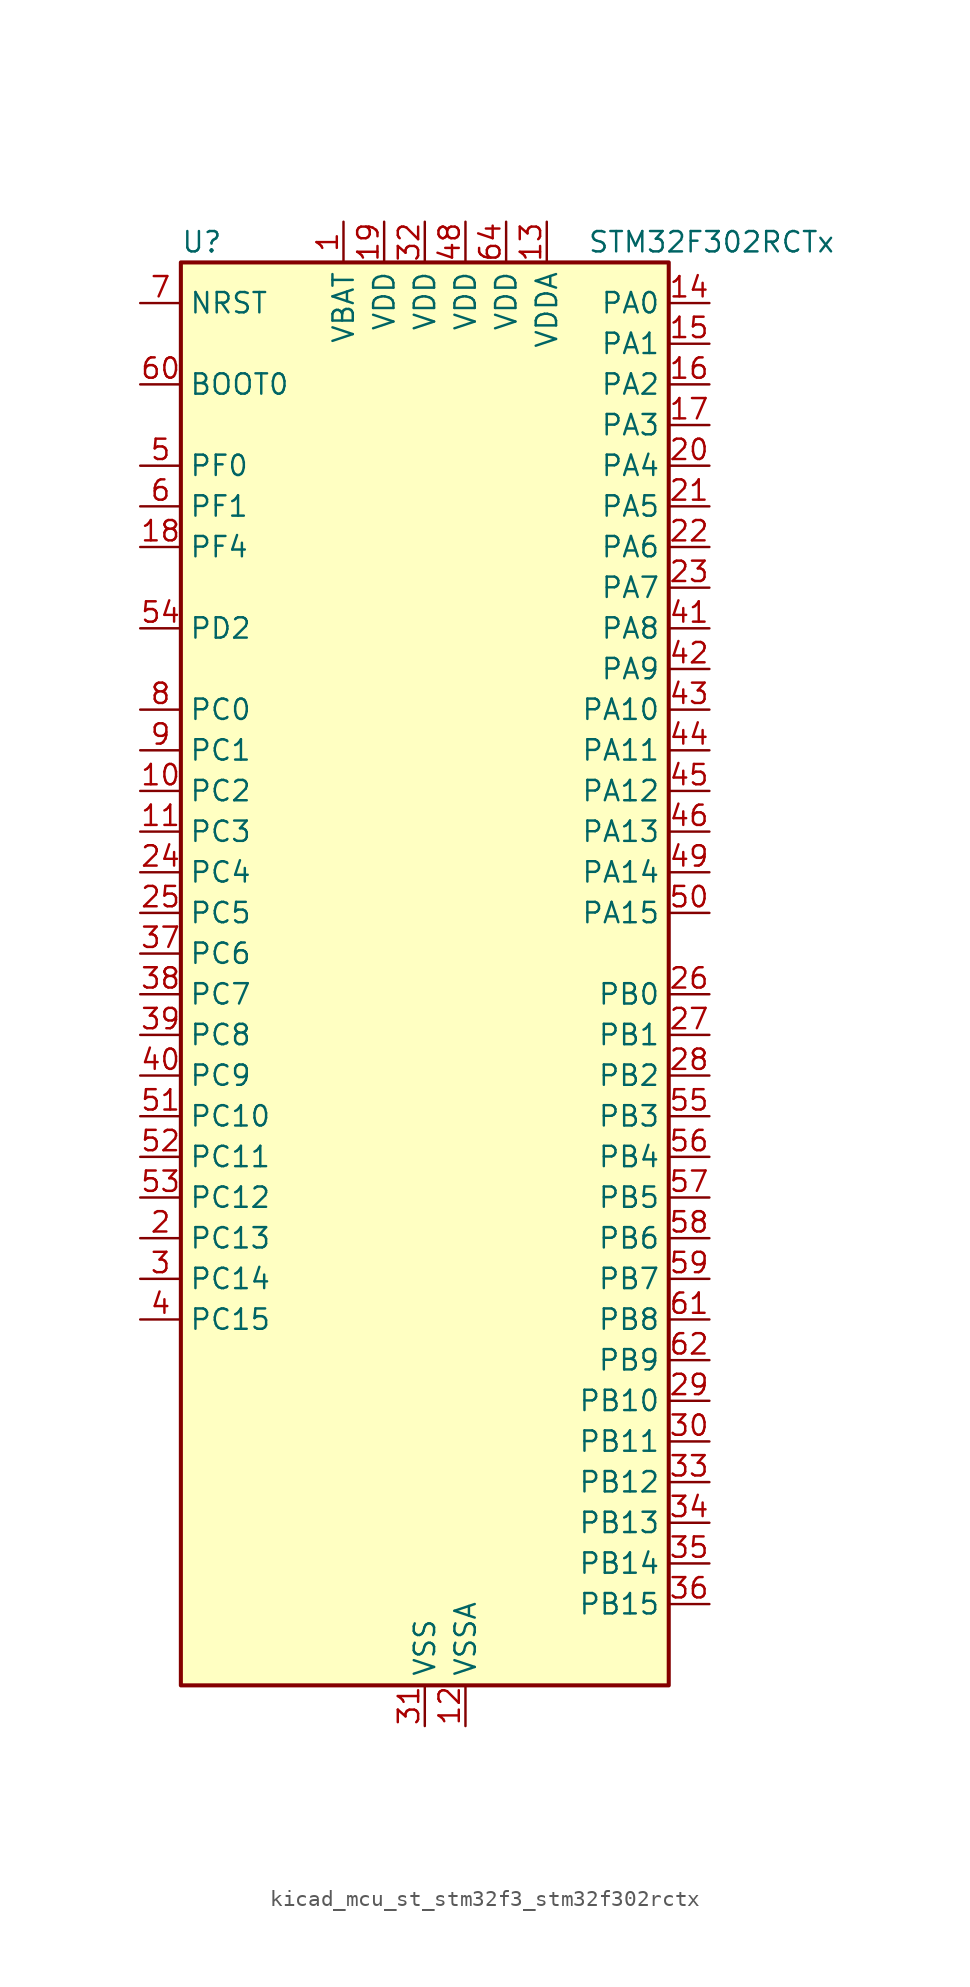
<source format=kicad_sym>
(kicad_symbol_lib
  (version 20220914)
  (generator kicad_symbol_editor)
  (symbol "kicad_mcu_st_stm32f3_stm32f302rctx"
    (property "Reference" "U"
      (at -15.24 46.99 0)
      (effects (font (size 1.27 1.27)) (justify left)))
    (property "Value" "STM32F302RCTx"
      (at 10.16 46.99 0)
      (effects (font (size 1.27 1.27)) (justify left)))
    (property "ki_locked" ""
      (at 0 0 0)
      (effects (font (size 1.27 1.27))))
    (symbol "kicad_mcu_st_stm32f3_stm32f302rctx_0_1"
      (rectangle (start -15.24 -43.18) (end 15.24 45.72) (stroke (width 0.254) (type default)) (fill (type background))))
    (symbol "kicad_mcu_st_stm32f3_stm32f302rctx_1_1"
      (pin power_in line (at -5.08 48.26 270) (length 2.54) (name "VBAT" (effects (font (size 1.27 1.27)))) (number "1" (effects (font (size 1.27 1.27)))))
      (pin bidirectional line (at -17.78 12.7 0) (length 2.54) (name "PC2" (effects (font (size 1.27 1.27)))) (number "10" (effects (font (size 1.27 1.27)))) (alternate "ADC1_IN8" bidirectional line) (alternate "ADC2_IN8" bidirectional line))
      (pin bidirectional line (at -17.78 10.16 0) (length 2.54) (name "PC3" (effects (font (size 1.27 1.27)))) (number "11" (effects (font (size 1.27 1.27)))) (alternate "ADC1_IN9" bidirectional line) (alternate "ADC2_IN9" bidirectional line) (alternate "TIM1_BKIN2" bidirectional line))
      (pin power_in line (at 2.54 -45.72 90) (length 2.54) (name "VSSA" (effects (font (size 1.27 1.27)))) (number "12" (effects (font (size 1.27 1.27)))))
      (pin power_in line (at 7.62 48.26 270) (length 2.54) (name "VDDA" (effects (font (size 1.27 1.27)))) (number "13" (effects (font (size 1.27 1.27)))))
      (pin bidirectional line (at 17.78 43.18 180) (length 2.54) (name "PA0" (effects (font (size 1.27 1.27)))) (number "14" (effects (font (size 1.27 1.27)))) (alternate "ADC1_IN1" bidirectional line) (alternate "COMP1_INM" bidirectional line) (alternate "COMP1_OUT" bidirectional line) (alternate "RTC_TAMP2" bidirectional line) (alternate "SYS_WKUP1" bidirectional line) (alternate "TIM2_CH1" bidirectional line) (alternate "TIM2_ETR" bidirectional line) (alternate "TSC_G1_IO1" bidirectional line) (alternate "USART2_CTS" bidirectional line))
      (pin bidirectional line (at 17.78 40.64 180) (length 2.54) (name "PA1" (effects (font (size 1.27 1.27)))) (number "15" (effects (font (size 1.27 1.27)))) (alternate "ADC1_IN2" bidirectional line) (alternate "COMP1_INP" bidirectional line) (alternate "OPAMP1_VINP" bidirectional line) (alternate "OPAMP1_VINP_SEC" bidirectional line) (alternate "RTC_REFIN" bidirectional line) (alternate "TIM15_CH1N" bidirectional line) (alternate "TIM2_CH2" bidirectional line) (alternate "TSC_G1_IO2" bidirectional line) (alternate "USART2_DE" bidirectional line) (alternate "USART2_RTS" bidirectional line))
      (pin bidirectional line (at 17.78 38.1 180) (length 2.54) (name "PA2" (effects (font (size 1.27 1.27)))) (number "16" (effects (font (size 1.27 1.27)))) (alternate "ADC1_IN3" bidirectional line) (alternate "COMP2_INM" bidirectional line) (alternate "COMP2_OUT" bidirectional line) (alternate "OPAMP1_VOUT" bidirectional line) (alternate "TIM15_CH1" bidirectional line) (alternate "TIM2_CH3" bidirectional line) (alternate "TSC_G1_IO3" bidirectional line) (alternate "USART2_TX" bidirectional line))
      (pin bidirectional line (at 17.78 35.56 180) (length 2.54) (name "PA3" (effects (font (size 1.27 1.27)))) (number "17" (effects (font (size 1.27 1.27)))) (alternate "ADC1_IN4" bidirectional line) (alternate "COMP2_INP" bidirectional line) (alternate "OPAMP1_VINM" bidirectional line) (alternate "OPAMP1_VINM_SEC" bidirectional line) (alternate "OPAMP1_VINP" bidirectional line) (alternate "OPAMP1_VINP_SEC" bidirectional line) (alternate "TIM15_CH2" bidirectional line) (alternate "TIM2_CH4" bidirectional line) (alternate "TSC_G1_IO4" bidirectional line) (alternate "USART2_RX" bidirectional line))
      (pin bidirectional line (at -17.78 27.94 0) (length 2.54) (name "PF4" (effects (font (size 1.27 1.27)))) (number "18" (effects (font (size 1.27 1.27)))) (alternate "ADC1_IN5" bidirectional line) (alternate "COMP1_OUT" bidirectional line))
      (pin power_in line (at -2.54 48.26 270) (length 2.54) (name "VDD" (effects (font (size 1.27 1.27)))) (number "19" (effects (font (size 1.27 1.27)))))
      (pin bidirectional line (at -17.78 -15.24 0) (length 2.54) (name "PC13" (effects (font (size 1.27 1.27)))) (number "2" (effects (font (size 1.27 1.27)))) (alternate "RTC_OUT_ALARM" bidirectional line) (alternate "RTC_OUT_CALIB" bidirectional line) (alternate "RTC_TAMP1" bidirectional line) (alternate "RTC_TS" bidirectional line) (alternate "SYS_WKUP2" bidirectional line) (alternate "TIM1_CH1N" bidirectional line))
      (pin bidirectional line (at 17.78 33.02 180) (length 2.54) (name "PA4" (effects (font (size 1.27 1.27)))) (number "20" (effects (font (size 1.27 1.27)))) (alternate "ADC2_IN1" bidirectional line) (alternate "COMP1_INM" bidirectional line) (alternate "COMP2_INM" bidirectional line) (alternate "COMP4_INM" bidirectional line) (alternate "COMP6_INM" bidirectional line) (alternate "DAC_OUT1" bidirectional line) (alternate "I2S3_WS" bidirectional line) (alternate "SPI1_NSS" bidirectional line) (alternate "SPI3_NSS" bidirectional line) (alternate "TIM3_CH2" bidirectional line) (alternate "TSC_G2_IO1" bidirectional line) (alternate "USART2_CK" bidirectional line))
      (pin bidirectional line (at 17.78 30.48 180) (length 2.54) (name "PA5" (effects (font (size 1.27 1.27)))) (number "21" (effects (font (size 1.27 1.27)))) (alternate "ADC2_IN2" bidirectional line) (alternate "COMP1_INM" bidirectional line) (alternate "COMP2_INM" bidirectional line) (alternate "COMP4_INM" bidirectional line) (alternate "COMP6_INM" bidirectional line) (alternate "OPAMP1_VINP" bidirectional line) (alternate "OPAMP1_VINP_SEC" bidirectional line) (alternate "OPAMP2_VINM" bidirectional line) (alternate "OPAMP2_VINM_SEC" bidirectional line) (alternate "SPI1_SCK" bidirectional line) (alternate "TIM2_CH1" bidirectional line) (alternate "TIM2_ETR" bidirectional line) (alternate "TSC_G2_IO2" bidirectional line))
      (pin bidirectional line (at 17.78 27.94 180) (length 2.54) (name "PA6" (effects (font (size 1.27 1.27)))) (number "22" (effects (font (size 1.27 1.27)))) (alternate "ADC2_IN3" bidirectional line) (alternate "COMP1_OUT" bidirectional line) (alternate "OPAMP2_VOUT" bidirectional line) (alternate "SPI1_MISO" bidirectional line) (alternate "TIM16_CH1" bidirectional line) (alternate "TIM1_BKIN" bidirectional line) (alternate "TIM3_CH1" bidirectional line) (alternate "TSC_G2_IO3" bidirectional line))
      (pin bidirectional line (at 17.78 25.4 180) (length 2.54) (name "PA7" (effects (font (size 1.27 1.27)))) (number "23" (effects (font (size 1.27 1.27)))) (alternate "ADC2_IN4" bidirectional line) (alternate "COMP2_INP" bidirectional line) (alternate "COMP2_OUT" bidirectional line) (alternate "OPAMP1_VINP" bidirectional line) (alternate "OPAMP1_VINP_SEC" bidirectional line) (alternate "OPAMP2_VINP" bidirectional line) (alternate "OPAMP2_VINP_SEC" bidirectional line) (alternate "SPI1_MOSI" bidirectional line) (alternate "TIM17_CH1" bidirectional line) (alternate "TIM1_CH1N" bidirectional line) (alternate "TIM3_CH2" bidirectional line) (alternate "TSC_G2_IO4" bidirectional line))
      (pin bidirectional line (at -17.78 7.62 0) (length 2.54) (name "PC4" (effects (font (size 1.27 1.27)))) (number "24" (effects (font (size 1.27 1.27)))) (alternate "ADC2_IN5" bidirectional line) (alternate "USART1_TX" bidirectional line))
      (pin bidirectional line (at -17.78 5.08 0) (length 2.54) (name "PC5" (effects (font (size 1.27 1.27)))) (number "25" (effects (font (size 1.27 1.27)))) (alternate "ADC2_IN11" bidirectional line) (alternate "OPAMP1_VINM" bidirectional line) (alternate "OPAMP1_VINM_SEC" bidirectional line) (alternate "OPAMP2_VINM" bidirectional line) (alternate "OPAMP2_VINM_SEC" bidirectional line) (alternate "TSC_G3_IO1" bidirectional line) (alternate "USART1_RX" bidirectional line))
      (pin bidirectional line (at 17.78 0 180) (length 2.54) (name "PB0" (effects (font (size 1.27 1.27)))) (number "26" (effects (font (size 1.27 1.27)))) (alternate "COMP4_INP" bidirectional line) (alternate "OPAMP2_VINP" bidirectional line) (alternate "OPAMP2_VINP_SEC" bidirectional line) (alternate "TIM1_CH2N" bidirectional line) (alternate "TIM3_CH3" bidirectional line) (alternate "TSC_G3_IO2" bidirectional line))
      (pin bidirectional line (at 17.78 -2.54 180) (length 2.54) (name "PB1" (effects (font (size 1.27 1.27)))) (number "27" (effects (font (size 1.27 1.27)))) (alternate "COMP4_OUT" bidirectional line) (alternate "TIM1_CH3N" bidirectional line) (alternate "TIM3_CH4" bidirectional line) (alternate "TSC_G3_IO3" bidirectional line))
      (pin bidirectional line (at 17.78 -5.08 180) (length 2.54) (name "PB2" (effects (font (size 1.27 1.27)))) (number "28" (effects (font (size 1.27 1.27)))) (alternate "ADC2_IN12" bidirectional line) (alternate "COMP4_INM" bidirectional line) (alternate "TSC_G3_IO4" bidirectional line))
      (pin bidirectional line (at 17.78 -25.4 180) (length 2.54) (name "PB10" (effects (font (size 1.27 1.27)))) (number "29" (effects (font (size 1.27 1.27)))) (alternate "TIM2_CH3" bidirectional line) (alternate "TSC_SYNC" bidirectional line) (alternate "USART3_TX" bidirectional line))
      (pin bidirectional line (at -17.78 -17.78 0) (length 2.54) (name "PC14" (effects (font (size 1.27 1.27)))) (number "3" (effects (font (size 1.27 1.27)))) (alternate "RCC_OSC32_IN" bidirectional line))
      (pin bidirectional line (at 17.78 -27.94 180) (length 2.54) (name "PB11" (effects (font (size 1.27 1.27)))) (number "30" (effects (font (size 1.27 1.27)))) (alternate "ADC1_EXTI11" bidirectional line) (alternate "ADC2_EXTI11" bidirectional line) (alternate "COMP6_INP" bidirectional line) (alternate "TIM2_CH4" bidirectional line) (alternate "TSC_G6_IO1" bidirectional line) (alternate "USART3_RX" bidirectional line))
      (pin power_in line (at 0 -45.72 90) (length 2.54) (name "VSS" (effects (font (size 1.27 1.27)))) (number "31" (effects (font (size 1.27 1.27)))))
      (pin power_in line (at 0 48.26 270) (length 2.54) (name "VDD" (effects (font (size 1.27 1.27)))) (number "32" (effects (font (size 1.27 1.27)))))
      (pin bidirectional line (at 17.78 -30.48 180) (length 2.54) (name "PB12" (effects (font (size 1.27 1.27)))) (number "33" (effects (font (size 1.27 1.27)))) (alternate "I2C2_SMBA" bidirectional line) (alternate "I2S2_WS" bidirectional line) (alternate "SPI2_NSS" bidirectional line) (alternate "TIM1_BKIN" bidirectional line) (alternate "TSC_G6_IO2" bidirectional line) (alternate "USART3_CK" bidirectional line))
      (pin bidirectional line (at 17.78 -33.02 180) (length 2.54) (name "PB13" (effects (font (size 1.27 1.27)))) (number "34" (effects (font (size 1.27 1.27)))) (alternate "I2S2_CK" bidirectional line) (alternate "SPI2_SCK" bidirectional line) (alternate "TIM1_CH1N" bidirectional line) (alternate "TSC_G6_IO3" bidirectional line) (alternate "USART3_CTS" bidirectional line))
      (pin bidirectional line (at 17.78 -35.56 180) (length 2.54) (name "PB14" (effects (font (size 1.27 1.27)))) (number "35" (effects (font (size 1.27 1.27)))) (alternate "I2S2_ext_SD" bidirectional line) (alternate "OPAMP2_VINP" bidirectional line) (alternate "OPAMP2_VINP_SEC" bidirectional line) (alternate "SPI2_MISO" bidirectional line) (alternate "TIM15_CH1" bidirectional line) (alternate "TIM1_CH2N" bidirectional line) (alternate "TSC_G6_IO4" bidirectional line) (alternate "USART3_DE" bidirectional line) (alternate "USART3_RTS" bidirectional line))
      (pin bidirectional line (at 17.78 -38.1 180) (length 2.54) (name "PB15" (effects (font (size 1.27 1.27)))) (number "36" (effects (font (size 1.27 1.27)))) (alternate "ADC1_EXTI15" bidirectional line) (alternate "ADC2_EXTI15" bidirectional line) (alternate "COMP6_INM" bidirectional line) (alternate "I2S2_SD" bidirectional line) (alternate "RTC_REFIN" bidirectional line) (alternate "SPI2_MOSI" bidirectional line) (alternate "TIM15_CH1N" bidirectional line) (alternate "TIM15_CH2" bidirectional line) (alternate "TIM1_CH3N" bidirectional line))
      (pin bidirectional line (at -17.78 2.54 0) (length 2.54) (name "PC6" (effects (font (size 1.27 1.27)))) (number "37" (effects (font (size 1.27 1.27)))) (alternate "COMP6_OUT" bidirectional line) (alternate "I2S2_MCK" bidirectional line) (alternate "TIM3_CH1" bidirectional line))
      (pin bidirectional line (at -17.78 0 0) (length 2.54) (name "PC7" (effects (font (size 1.27 1.27)))) (number "38" (effects (font (size 1.27 1.27)))) (alternate "I2S3_MCK" bidirectional line) (alternate "TIM3_CH2" bidirectional line))
      (pin bidirectional line (at -17.78 -2.54 0) (length 2.54) (name "PC8" (effects (font (size 1.27 1.27)))) (number "39" (effects (font (size 1.27 1.27)))) (alternate "TIM3_CH3" bidirectional line))
      (pin bidirectional line (at -17.78 -20.32 0) (length 2.54) (name "PC15" (effects (font (size 1.27 1.27)))) (number "4" (effects (font (size 1.27 1.27)))) (alternate "ADC1_EXTI15" bidirectional line) (alternate "ADC2_EXTI15" bidirectional line) (alternate "RCC_OSC32_OUT" bidirectional line))
      (pin bidirectional line (at -17.78 -5.08 0) (length 2.54) (name "PC9" (effects (font (size 1.27 1.27)))) (number "40" (effects (font (size 1.27 1.27)))) (alternate "DAC_EXTI9" bidirectional line) (alternate "I2S_CKIN" bidirectional line) (alternate "TIM3_CH4" bidirectional line))
      (pin bidirectional line (at 17.78 22.86 180) (length 2.54) (name "PA8" (effects (font (size 1.27 1.27)))) (number "41" (effects (font (size 1.27 1.27)))) (alternate "I2C2_SMBA" bidirectional line) (alternate "I2S2_MCK" bidirectional line) (alternate "RCC_MCO" bidirectional line) (alternate "TIM1_CH1" bidirectional line) (alternate "TIM4_ETR" bidirectional line) (alternate "USART1_CK" bidirectional line))
      (pin bidirectional line (at 17.78 20.32 180) (length 2.54) (name "PA9" (effects (font (size 1.27 1.27)))) (number "42" (effects (font (size 1.27 1.27)))) (alternate "DAC_EXTI9" bidirectional line) (alternate "I2C2_SCL" bidirectional line) (alternate "I2S3_MCK" bidirectional line) (alternate "TIM15_BKIN" bidirectional line) (alternate "TIM1_CH2" bidirectional line) (alternate "TIM2_CH3" bidirectional line) (alternate "TSC_G4_IO1" bidirectional line) (alternate "USART1_TX" bidirectional line))
      (pin bidirectional line (at 17.78 17.78 180) (length 2.54) (name "PA10" (effects (font (size 1.27 1.27)))) (number "43" (effects (font (size 1.27 1.27)))) (alternate "COMP6_OUT" bidirectional line) (alternate "I2C2_SDA" bidirectional line) (alternate "TIM17_BKIN" bidirectional line) (alternate "TIM1_CH3" bidirectional line) (alternate "TIM2_CH4" bidirectional line) (alternate "TSC_G4_IO2" bidirectional line) (alternate "USART1_RX" bidirectional line))
      (pin bidirectional line (at 17.78 15.24 180) (length 2.54) (name "PA11" (effects (font (size 1.27 1.27)))) (number "44" (effects (font (size 1.27 1.27)))) (alternate "ADC1_EXTI11" bidirectional line) (alternate "ADC2_EXTI11" bidirectional line) (alternate "CAN_RX" bidirectional line) (alternate "COMP1_OUT" bidirectional line) (alternate "TIM1_BKIN2" bidirectional line) (alternate "TIM1_CH1N" bidirectional line) (alternate "TIM1_CH4" bidirectional line) (alternate "TIM4_CH1" bidirectional line) (alternate "USART1_CTS" bidirectional line) (alternate "USB_DM" bidirectional line))
      (pin bidirectional line (at 17.78 12.7 180) (length 2.54) (name "PA12" (effects (font (size 1.27 1.27)))) (number "45" (effects (font (size 1.27 1.27)))) (alternate "CAN_TX" bidirectional line) (alternate "COMP2_OUT" bidirectional line) (alternate "TIM16_CH1" bidirectional line) (alternate "TIM1_CH2N" bidirectional line) (alternate "TIM1_ETR" bidirectional line) (alternate "TIM4_CH2" bidirectional line) (alternate "USART1_DE" bidirectional line) (alternate "USART1_RTS" bidirectional line) (alternate "USB_DP" bidirectional line))
      (pin bidirectional line (at 17.78 10.16 180) (length 2.54) (name "PA13" (effects (font (size 1.27 1.27)))) (number "46" (effects (font (size 1.27 1.27)))) (alternate "IR_OUT" bidirectional line) (alternate "SYS_JTMS-SWDIO" bidirectional line) (alternate "TIM16_CH1N" bidirectional line) (alternate "TIM4_CH3" bidirectional line) (alternate "TSC_G4_IO3" bidirectional line) (alternate "USART3_CTS" bidirectional line))
      (pin passive line (at 0 -45.72 90) (length 2.54) hide (name "VSS" (effects (font (size 1.27 1.27)))) (number "47" (effects (font (size 1.27 1.27)))))
      (pin power_in line (at 2.54 48.26 270) (length 2.54) (name "VDD" (effects (font (size 1.27 1.27)))) (number "48" (effects (font (size 1.27 1.27)))))
      (pin bidirectional line (at 17.78 7.62 180) (length 2.54) (name "PA14" (effects (font (size 1.27 1.27)))) (number "49" (effects (font (size 1.27 1.27)))) (alternate "I2C1_SDA" bidirectional line) (alternate "SYS_JTCK-SWCLK" bidirectional line) (alternate "TIM1_BKIN" bidirectional line) (alternate "TSC_G4_IO4" bidirectional line) (alternate "USART2_TX" bidirectional line))
      (pin bidirectional line (at -17.78 33.02 0) (length 2.54) (name "PF0" (effects (font (size 1.27 1.27)))) (number "5" (effects (font (size 1.27 1.27)))) (alternate "I2C2_SDA" bidirectional line) (alternate "RCC_OSC_IN" bidirectional line) (alternate "TIM1_CH3N" bidirectional line))
      (pin bidirectional line (at 17.78 5.08 180) (length 2.54) (name "PA15" (effects (font (size 1.27 1.27)))) (number "50" (effects (font (size 1.27 1.27)))) (alternate "ADC1_EXTI15" bidirectional line) (alternate "ADC2_EXTI15" bidirectional line) (alternate "I2C1_SCL" bidirectional line) (alternate "I2S3_WS" bidirectional line) (alternate "SPI1_NSS" bidirectional line) (alternate "SPI3_NSS" bidirectional line) (alternate "SYS_JTDI" bidirectional line) (alternate "TIM1_BKIN" bidirectional line) (alternate "TIM2_CH1" bidirectional line) (alternate "TIM2_ETR" bidirectional line) (alternate "USART2_RX" bidirectional line))
      (pin bidirectional line (at -17.78 -7.62 0) (length 2.54) (name "PC10" (effects (font (size 1.27 1.27)))) (number "51" (effects (font (size 1.27 1.27)))) (alternate "I2S3_CK" bidirectional line) (alternate "SPI3_SCK" bidirectional line) (alternate "UART4_TX" bidirectional line) (alternate "USART3_TX" bidirectional line))
      (pin bidirectional line (at -17.78 -10.16 0) (length 2.54) (name "PC11" (effects (font (size 1.27 1.27)))) (number "52" (effects (font (size 1.27 1.27)))) (alternate "ADC1_EXTI11" bidirectional line) (alternate "ADC2_EXTI11" bidirectional line) (alternate "I2S3_ext_SD" bidirectional line) (alternate "SPI3_MISO" bidirectional line) (alternate "UART4_RX" bidirectional line) (alternate "USART3_RX" bidirectional line))
      (pin bidirectional line (at -17.78 -12.7 0) (length 2.54) (name "PC12" (effects (font (size 1.27 1.27)))) (number "53" (effects (font (size 1.27 1.27)))) (alternate "I2S3_SD" bidirectional line) (alternate "SPI3_MOSI" bidirectional line) (alternate "UART5_TX" bidirectional line) (alternate "USART3_CK" bidirectional line))
      (pin bidirectional line (at -17.78 22.86 0) (length 2.54) (name "PD2" (effects (font (size 1.27 1.27)))) (number "54" (effects (font (size 1.27 1.27)))) (alternate "TIM3_ETR" bidirectional line) (alternate "UART5_RX" bidirectional line))
      (pin bidirectional line (at 17.78 -7.62 180) (length 2.54) (name "PB3" (effects (font (size 1.27 1.27)))) (number "55" (effects (font (size 1.27 1.27)))) (alternate "I2S3_CK" bidirectional line) (alternate "SPI1_SCK" bidirectional line) (alternate "SPI3_SCK" bidirectional line) (alternate "SYS_JTDO-TRACESWO" bidirectional line) (alternate "TIM2_CH2" bidirectional line) (alternate "TIM3_ETR" bidirectional line) (alternate "TIM4_ETR" bidirectional line) (alternate "TSC_G5_IO1" bidirectional line) (alternate "USART2_TX" bidirectional line))
      (pin bidirectional line (at 17.78 -10.16 180) (length 2.54) (name "PB4" (effects (font (size 1.27 1.27)))) (number "56" (effects (font (size 1.27 1.27)))) (alternate "I2S3_ext_SD" bidirectional line) (alternate "SPI1_MISO" bidirectional line) (alternate "SPI3_MISO" bidirectional line) (alternate "SYS_NJTRST" bidirectional line) (alternate "TIM16_CH1" bidirectional line) (alternate "TIM17_BKIN" bidirectional line) (alternate "TIM3_CH1" bidirectional line) (alternate "TSC_G5_IO2" bidirectional line) (alternate "USART2_RX" bidirectional line))
      (pin bidirectional line (at 17.78 -12.7 180) (length 2.54) (name "PB5" (effects (font (size 1.27 1.27)))) (number "57" (effects (font (size 1.27 1.27)))) (alternate "I2C1_SMBA" bidirectional line) (alternate "I2S3_SD" bidirectional line) (alternate "SPI1_MOSI" bidirectional line) (alternate "SPI3_MOSI" bidirectional line) (alternate "TIM16_BKIN" bidirectional line) (alternate "TIM17_CH1" bidirectional line) (alternate "TIM3_CH2" bidirectional line) (alternate "USART2_CK" bidirectional line))
      (pin bidirectional line (at 17.78 -15.24 180) (length 2.54) (name "PB6" (effects (font (size 1.27 1.27)))) (number "58" (effects (font (size 1.27 1.27)))) (alternate "I2C1_SCL" bidirectional line) (alternate "TIM16_CH1N" bidirectional line) (alternate "TIM4_CH1" bidirectional line) (alternate "TSC_G5_IO3" bidirectional line) (alternate "USART1_TX" bidirectional line))
      (pin bidirectional line (at 17.78 -17.78 180) (length 2.54) (name "PB7" (effects (font (size 1.27 1.27)))) (number "59" (effects (font (size 1.27 1.27)))) (alternate "I2C1_SDA" bidirectional line) (alternate "TIM17_CH1N" bidirectional line) (alternate "TIM3_CH4" bidirectional line) (alternate "TIM4_CH2" bidirectional line) (alternate "TSC_G5_IO4" bidirectional line) (alternate "USART1_RX" bidirectional line))
      (pin bidirectional line (at -17.78 30.48 0) (length 2.54) (name "PF1" (effects (font (size 1.27 1.27)))) (number "6" (effects (font (size 1.27 1.27)))) (alternate "I2C2_SCL" bidirectional line) (alternate "RCC_OSC_OUT" bidirectional line))
      (pin input line (at -17.78 38.1 0) (length 2.54) (name "BOOT0" (effects (font (size 1.27 1.27)))) (number "60" (effects (font (size 1.27 1.27)))))
      (pin bidirectional line (at 17.78 -20.32 180) (length 2.54) (name "PB8" (effects (font (size 1.27 1.27)))) (number "61" (effects (font (size 1.27 1.27)))) (alternate "CAN_RX" bidirectional line) (alternate "COMP1_OUT" bidirectional line) (alternate "I2C1_SCL" bidirectional line) (alternate "TIM16_CH1" bidirectional line) (alternate "TIM1_BKIN" bidirectional line) (alternate "TIM4_CH3" bidirectional line) (alternate "TSC_SYNC" bidirectional line))
      (pin bidirectional line (at 17.78 -22.86 180) (length 2.54) (name "PB9" (effects (font (size 1.27 1.27)))) (number "62" (effects (font (size 1.27 1.27)))) (alternate "CAN_TX" bidirectional line) (alternate "COMP2_OUT" bidirectional line) (alternate "DAC_EXTI9" bidirectional line) (alternate "I2C1_SDA" bidirectional line) (alternate "IR_OUT" bidirectional line) (alternate "TIM17_CH1" bidirectional line) (alternate "TIM4_CH4" bidirectional line))
      (pin passive line (at 0 -45.72 90) (length 2.54) hide (name "VSS" (effects (font (size 1.27 1.27)))) (number "63" (effects (font (size 1.27 1.27)))))
      (pin power_in line (at 5.08 48.26 270) (length 2.54) (name "VDD" (effects (font (size 1.27 1.27)))) (number "64" (effects (font (size 1.27 1.27)))))
      (pin input line (at -17.78 43.18 0) (length 2.54) (name "NRST" (effects (font (size 1.27 1.27)))) (number "7" (effects (font (size 1.27 1.27)))))
      (pin bidirectional line (at -17.78 17.78 0) (length 2.54) (name "PC0" (effects (font (size 1.27 1.27)))) (number "8" (effects (font (size 1.27 1.27)))) (alternate "ADC1_IN6" bidirectional line) (alternate "ADC2_IN6" bidirectional line))
      (pin bidirectional line (at -17.78 15.24 0) (length 2.54) (name "PC1" (effects (font (size 1.27 1.27)))) (number "9" (effects (font (size 1.27 1.27)))) (alternate "ADC1_IN7" bidirectional line) (alternate "ADC2_IN7" bidirectional line)))))
</source>
